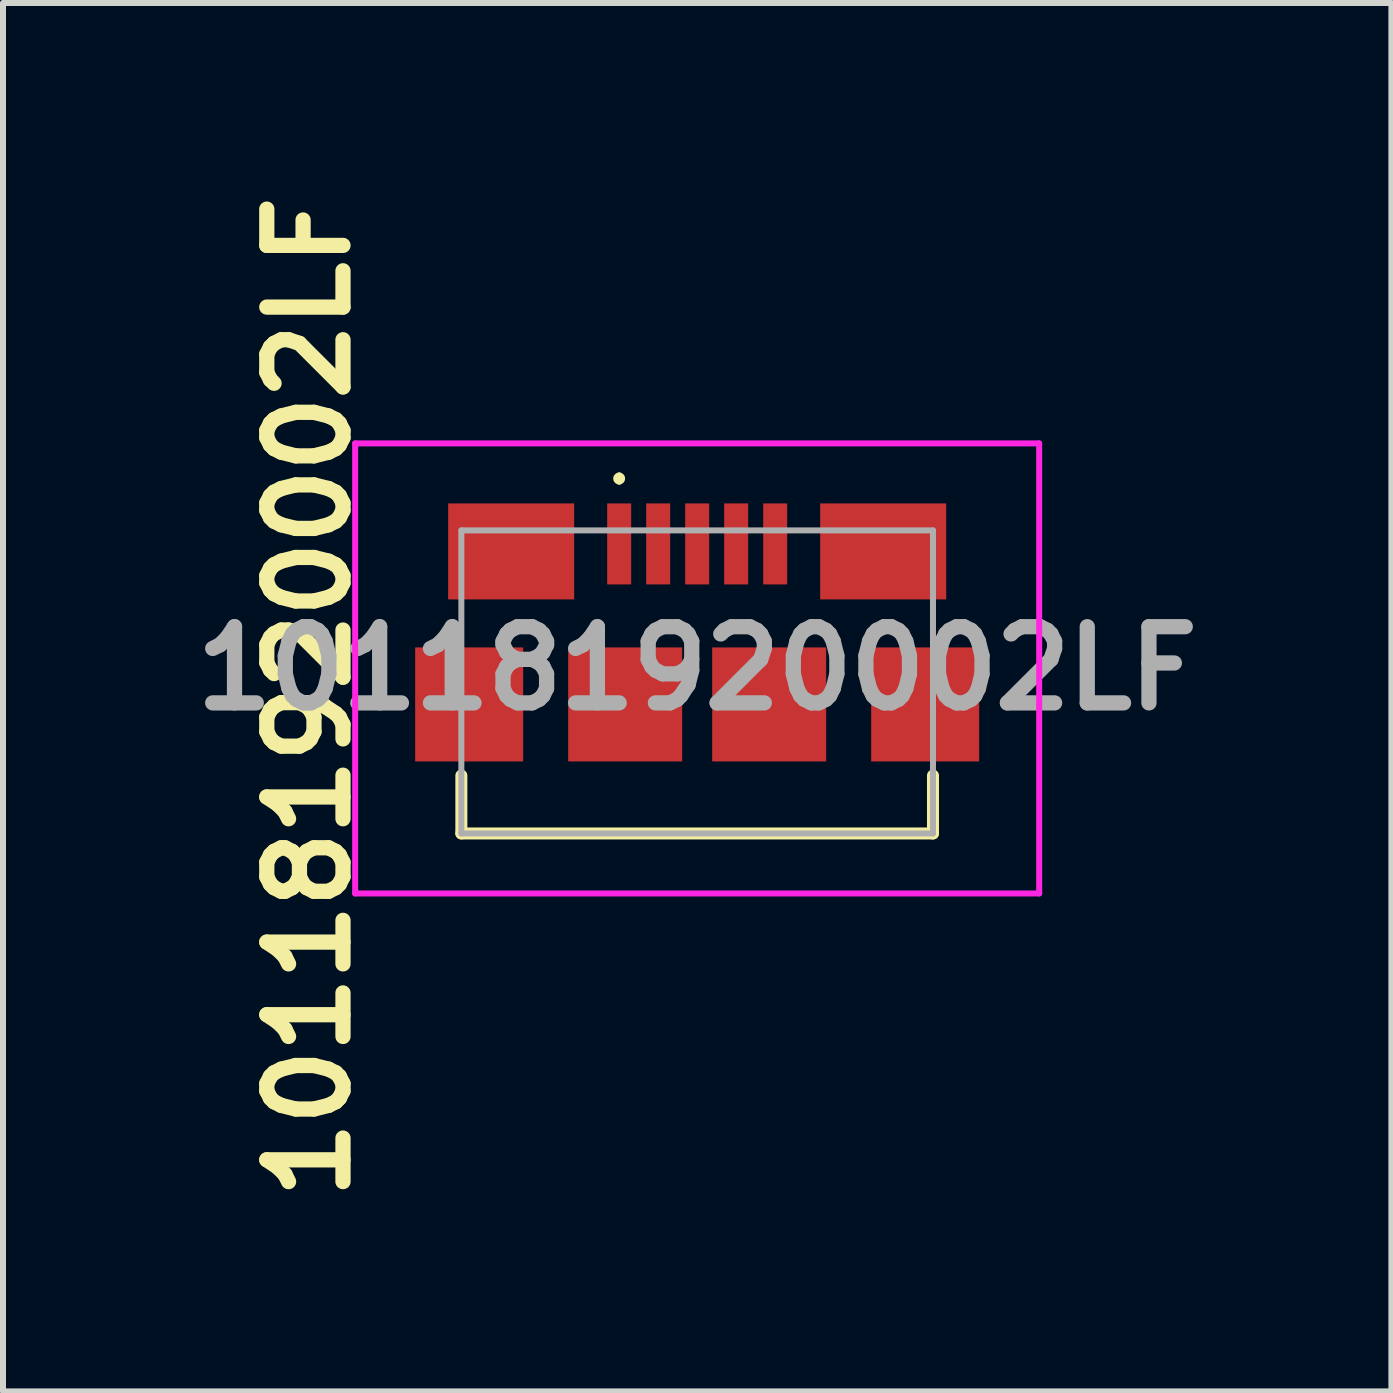
<source format=kicad_pcb>
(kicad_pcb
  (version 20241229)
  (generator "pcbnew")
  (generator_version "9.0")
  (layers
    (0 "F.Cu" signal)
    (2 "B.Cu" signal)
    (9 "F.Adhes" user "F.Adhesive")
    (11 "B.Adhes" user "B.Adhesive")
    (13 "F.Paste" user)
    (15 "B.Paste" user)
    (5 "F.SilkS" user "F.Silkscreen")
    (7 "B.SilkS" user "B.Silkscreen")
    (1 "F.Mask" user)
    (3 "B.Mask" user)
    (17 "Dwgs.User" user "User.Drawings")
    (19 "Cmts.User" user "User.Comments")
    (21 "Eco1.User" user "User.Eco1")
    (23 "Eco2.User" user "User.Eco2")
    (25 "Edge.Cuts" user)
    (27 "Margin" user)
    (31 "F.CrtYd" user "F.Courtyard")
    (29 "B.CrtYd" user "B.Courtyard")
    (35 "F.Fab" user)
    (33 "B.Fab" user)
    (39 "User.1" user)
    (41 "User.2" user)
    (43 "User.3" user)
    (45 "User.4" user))
  (footprint "101181920002LF"
    (layer "F.Cu")
    (at 8.569 8.315)
    (property "Reference" "101181920002LF" (at -6.477 0.254 90) (layer "F.SilkS") (effects (font (size 1.27 1.27) (thickness 0.254))))
    (attr smd)
    (fp_line (start -3.93 1.56) (end -3.93 2.525) (stroke (width 0.2) (type solid)) (layer "F.SilkS"))
    (fp_line (start -3.93 2.525) (end 3.93 2.525) (stroke (width 0.2) (type solid)) (layer "F.SilkS"))
    (fp_line (start -1.3 -3.44) (end -1.3 -3.44) (stroke (width 0.1) (type solid)) (layer "F.SilkS"))
    (fp_line (start -1.3 -3.34) (end -1.3 -3.34) (stroke (width 0.1) (type solid)) (layer "F.SilkS"))
    (fp_line (start 3.93 2.525) (end 3.93 1.56) (stroke (width 0.2) (type solid)) (layer "F.SilkS"))
    (fp_arc (start -1.3 -3.44) (mid -1.25 -3.39) (end -1.3 -3.34) (stroke (width 0.1) (type solid)) (layer "F.SilkS"))
    (fp_arc (start -1.3 -3.34) (mid -1.35 -3.39) (end -1.3 -3.44) (stroke (width 0.1) (type solid)) (layer "F.SilkS"))
    (fp_line (start -5.7 -3.975) (end 5.7 -3.975) (stroke (width 0.1) (type solid)) (layer "F.CrtYd"))
    (fp_line (start -5.7 3.525) (end -5.7 -3.975) (stroke (width 0.1) (type solid)) (layer "F.CrtYd"))
    (fp_line (start 5.7 -3.975) (end 5.7 3.525) (stroke (width 0.1) (type solid)) (layer "F.CrtYd"))
    (fp_line (start 5.7 3.525) (end -5.7 3.525) (stroke (width 0.1) (type solid)) (layer "F.CrtYd"))
    (fp_line (start -3.93 -2.525) (end 3.93 -2.525) (stroke (width 0.1) (type solid)) (layer "F.Fab"))
    (fp_line (start -3.93 2.525) (end -3.93 -2.525) (stroke (width 0.1) (type solid)) (layer "F.Fab"))
    (fp_line (start 3.93 -2.525) (end 3.93 2.525) (stroke (width 0.1) (type solid)) (layer "F.Fab"))
    (fp_line (start 3.93 2.525) (end -3.93 2.525) (stroke (width 0.1) (type solid)) (layer "F.Fab"))
    (fp_text user "${REFERENCE}" (at 0 -0.225 0) (layer "F.Fab") (effects (font (size 1.27 1.27) (thickness 0.254))))
    (pad "1" smd rect (at -1.3 -2.3) (size 0.4 1.35) (layers "F.Cu" "F.Mask" "F.Paste"))
    (pad "2" smd rect (at -0.65 -2.3) (size 0.4 1.35) (layers "F.Cu" "F.Mask" "F.Paste"))
    (pad "3" smd rect (at 0 -2.3) (size 0.4 1.35) (layers "F.Cu" "F.Mask" "F.Paste"))
    (pad "4" smd rect (at 0.65 -2.3) (size 0.4 1.35) (layers "F.Cu" "F.Mask" "F.Paste"))
    (pad "5" smd rect (at 1.3 -2.3) (size 0.4 1.35) (layers "F.Cu" "F.Mask" "F.Paste"))
    (pad "MP1" smd rect (at -3.1 -2.175 90) (size 1.6 2.1) (layers "F.Cu" "F.Mask" "F.Paste"))
    (pad "MP2" smd rect (at 3.1 -2.175 90) (size 1.6 2.1) (layers "F.Cu" "F.Mask" "F.Paste"))
    (pad "MP3" smd rect (at -3.8 0.375) (size 1.8 1.9) (layers "F.Cu" "F.Mask" "F.Paste"))
    (pad "MP4" smd rect (at 3.8 0.375) (size 1.8 1.9) (layers "F.Cu" "F.Mask" "F.Paste"))
    (pad "MP5" smd rect (at -1.2 0.375) (size 1.9 1.9) (layers "F.Cu" "F.Mask" "F.Paste"))
    (pad "MP6" smd rect (at 1.2 0.375) (size 1.9 1.9) (layers "F.Cu" "F.Mask" "F.Paste")))
  (gr_rect
    (start -3 -3)
    (end 20.139 20.139)
    (stroke (width 0.1) (type default))
    (fill no)
    (layer "Edge.Cuts")))
</source>
